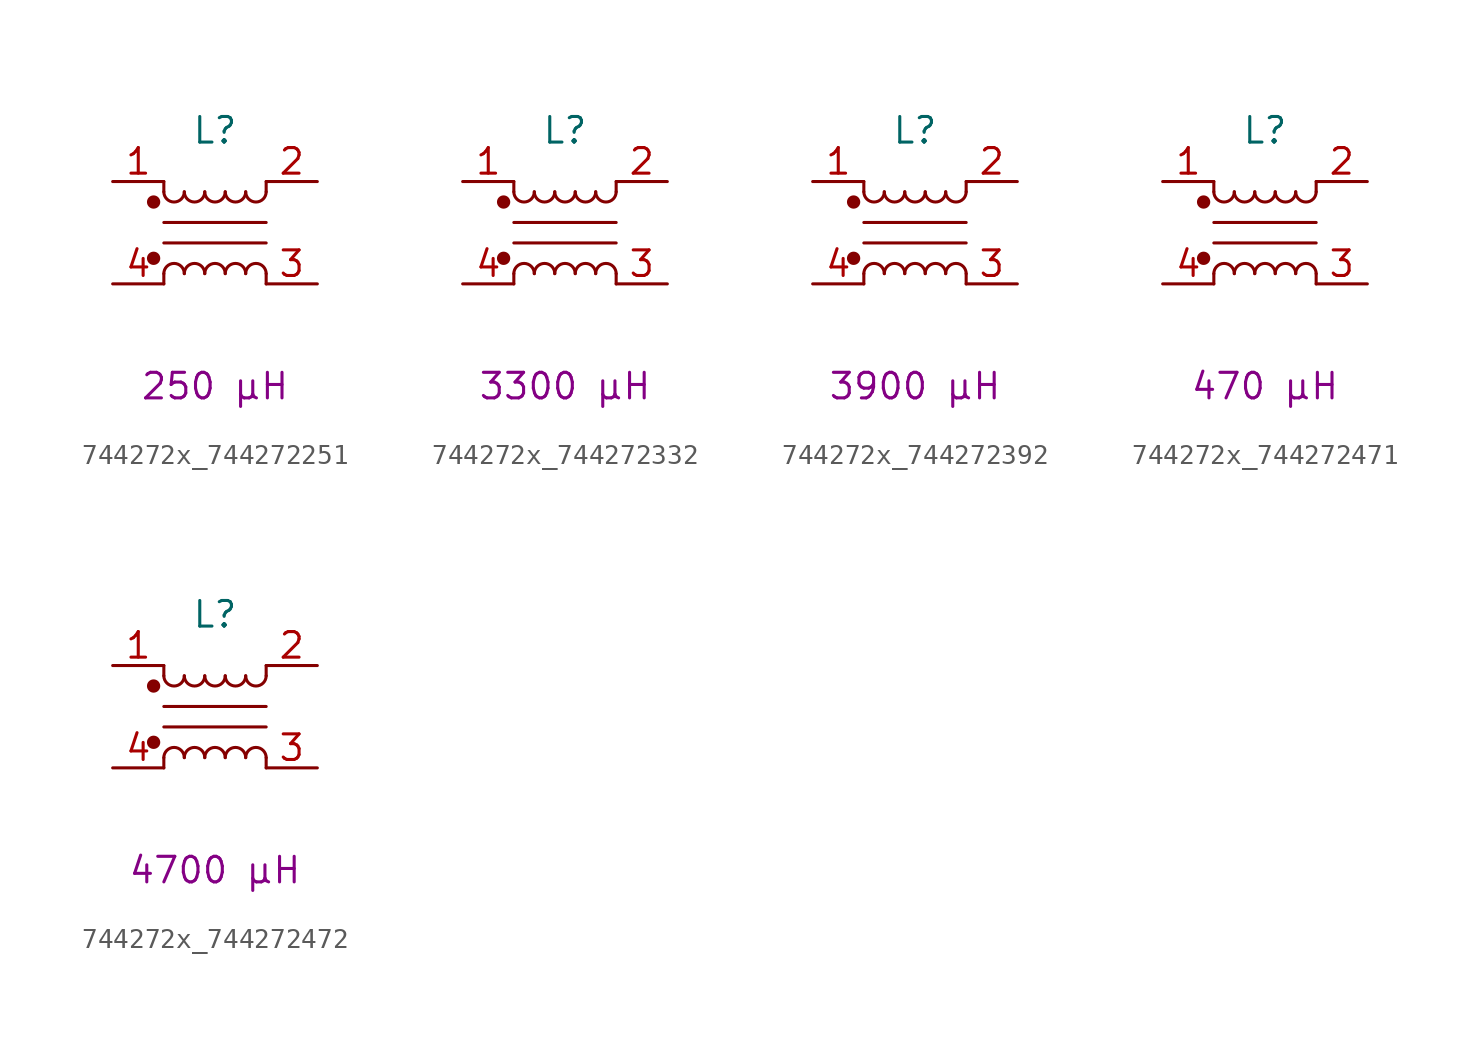
<source format=kicad_sym>
(kicad_symbol_lib
  (version 20220914)
  (generator kicad_symbol_editor)
  (symbol "744272x_744272251"
    (pin_names hide)
    (property "Reference" "L"
      (at 0 5.08 0)
      (effects (font (size 1.27 1.27))))
    (property "Critical Parameter" "250 µH"
      (at 0 -7.62 0)
      (effects (font (size 1.27 1.27))))
    (symbol "744272x_744272251_0_1"
      (circle (center -3.048 -1.27) (radius 0.254) (stroke (width 0) (type default)) (fill (type outline)))
      (circle (center -3.048 1.524) (radius 0.254) (stroke (width 0) (type default)) (fill (type outline)))
      (arc (start -2.54 2.032) (mid -2.032 1.5262) (end -1.524 2.032) (stroke (width 0) (type default)) (fill (type none)))
      (arc (start -1.524 -2.032) (mid -2.032 -1.5262) (end -2.54 -2.032) (stroke (width 0) (type default)) (fill (type none)))
      (arc (start -1.524 2.032) (mid -1.016 1.5262) (end -0.508 2.032) (stroke (width 0) (type default)) (fill (type none)))
      (arc (start -0.508 -2.032) (mid -1.016 -1.5262) (end -1.524 -2.032) (stroke (width 0) (type default)) (fill (type none)))
      (arc (start -0.508 2.032) (mid 0 1.5262) (end 0.508 2.032) (stroke (width 0) (type default)) (fill (type none)))
      (polyline (pts (xy -2.54 -2.032) (xy -2.54 -2.54)) (stroke (width 0) (type default)) (fill (type none)))
      (polyline (pts (xy -2.54 0.508) (xy 2.54 0.508)) (stroke (width 0) (type default)) (fill (type none)))
      (polyline (pts (xy -2.54 2.032) (xy -2.54 2.54)) (stroke (width 0) (type default)) (fill (type none)))
      (polyline (pts (xy 2.54 -2.032) (xy 2.54 -2.54)) (stroke (width 0) (type default)) (fill (type none)))
      (polyline (pts (xy 2.54 -0.508) (xy -2.54 -0.508)) (stroke (width 0) (type default)) (fill (type none)))
      (polyline (pts (xy 2.54 2.54) (xy 2.54 2.032)) (stroke (width 0) (type default)) (fill (type none)))
      (arc (start 0.508 -2.032) (mid 0 -1.5262) (end -0.508 -2.032) (stroke (width 0) (type default)) (fill (type none)))
      (arc (start 0.508 2.032) (mid 1.016 1.5262) (end 1.524 2.032) (stroke (width 0) (type default)) (fill (type none)))
      (arc (start 1.524 -2.032) (mid 1.016 -1.5262) (end 0.508 -2.032) (stroke (width 0) (type default)) (fill (type none)))
      (arc (start 1.524 2.032) (mid 2.032 1.5262) (end 2.54 2.032) (stroke (width 0) (type default)) (fill (type none)))
      (arc (start 2.54 -2.032) (mid 2.032 -1.5262) (end 1.524 -2.032) (stroke (width 0) (type default)) (fill (type none))))
    (symbol "744272x_744272251_1_1"
      (pin passive line (at -5.08 2.54 0) (length 2.54) (name "1" (effects (font (size 1.27 1.27)))) (number "1" (effects (font (size 1.27 1.27)))))
      (pin passive line (at 5.08 2.54 180) (length 2.54) (name "2" (effects (font (size 1.27 1.27)))) (number "2" (effects (font (size 1.27 1.27)))))
      (pin passive line (at 5.08 -2.54 180) (length 2.54) (name "3" (effects (font (size 1.27 1.27)))) (number "3" (effects (font (size 1.27 1.27)))))
      (pin passive line (at -5.08 -2.54 0) (length 2.54) (name "4" (effects (font (size 1.27 1.27)))) (number "4" (effects (font (size 1.27 1.27)))))))
  (symbol "744272x_744272332"
    (pin_names hide)
    (property "Reference" "L"
      (at 0 5.08 0)
      (effects (font (size 1.27 1.27))))
    (property "Critical Parameter" "3300 µH"
      (at 0 -7.62 0)
      (effects (font (size 1.27 1.27))))
    (symbol "744272x_744272332_0_1"
      (circle (center -3.048 -1.27) (radius 0.254) (stroke (width 0) (type default)) (fill (type outline)))
      (circle (center -3.048 1.524) (radius 0.254) (stroke (width 0) (type default)) (fill (type outline)))
      (arc (start -2.54 2.032) (mid -2.032 1.5262) (end -1.524 2.032) (stroke (width 0) (type default)) (fill (type none)))
      (arc (start -1.524 -2.032) (mid -2.032 -1.5262) (end -2.54 -2.032) (stroke (width 0) (type default)) (fill (type none)))
      (arc (start -1.524 2.032) (mid -1.016 1.5262) (end -0.508 2.032) (stroke (width 0) (type default)) (fill (type none)))
      (arc (start -0.508 -2.032) (mid -1.016 -1.5262) (end -1.524 -2.032) (stroke (width 0) (type default)) (fill (type none)))
      (arc (start -0.508 2.032) (mid 0 1.5262) (end 0.508 2.032) (stroke (width 0) (type default)) (fill (type none)))
      (polyline (pts (xy -2.54 -2.032) (xy -2.54 -2.54)) (stroke (width 0) (type default)) (fill (type none)))
      (polyline (pts (xy -2.54 0.508) (xy 2.54 0.508)) (stroke (width 0) (type default)) (fill (type none)))
      (polyline (pts (xy -2.54 2.032) (xy -2.54 2.54)) (stroke (width 0) (type default)) (fill (type none)))
      (polyline (pts (xy 2.54 -2.032) (xy 2.54 -2.54)) (stroke (width 0) (type default)) (fill (type none)))
      (polyline (pts (xy 2.54 -0.508) (xy -2.54 -0.508)) (stroke (width 0) (type default)) (fill (type none)))
      (polyline (pts (xy 2.54 2.54) (xy 2.54 2.032)) (stroke (width 0) (type default)) (fill (type none)))
      (arc (start 0.508 -2.032) (mid 0 -1.5262) (end -0.508 -2.032) (stroke (width 0) (type default)) (fill (type none)))
      (arc (start 0.508 2.032) (mid 1.016 1.5262) (end 1.524 2.032) (stroke (width 0) (type default)) (fill (type none)))
      (arc (start 1.524 -2.032) (mid 1.016 -1.5262) (end 0.508 -2.032) (stroke (width 0) (type default)) (fill (type none)))
      (arc (start 1.524 2.032) (mid 2.032 1.5262) (end 2.54 2.032) (stroke (width 0) (type default)) (fill (type none)))
      (arc (start 2.54 -2.032) (mid 2.032 -1.5262) (end 1.524 -2.032) (stroke (width 0) (type default)) (fill (type none))))
    (symbol "744272x_744272332_1_1"
      (pin passive line (at -5.08 2.54 0) (length 2.54) (name "1" (effects (font (size 1.27 1.27)))) (number "1" (effects (font (size 1.27 1.27)))))
      (pin passive line (at 5.08 2.54 180) (length 2.54) (name "2" (effects (font (size 1.27 1.27)))) (number "2" (effects (font (size 1.27 1.27)))))
      (pin passive line (at 5.08 -2.54 180) (length 2.54) (name "3" (effects (font (size 1.27 1.27)))) (number "3" (effects (font (size 1.27 1.27)))))
      (pin passive line (at -5.08 -2.54 0) (length 2.54) (name "4" (effects (font (size 1.27 1.27)))) (number "4" (effects (font (size 1.27 1.27)))))))
  (symbol "744272x_744272392"
    (pin_names hide)
    (property "Reference" "L"
      (at 0 5.08 0)
      (effects (font (size 1.27 1.27))))
    (property "Critical Parameter" "3900 µH"
      (at 0 -7.62 0)
      (effects (font (size 1.27 1.27))))
    (symbol "744272x_744272392_0_1"
      (circle (center -3.048 -1.27) (radius 0.254) (stroke (width 0) (type default)) (fill (type outline)))
      (circle (center -3.048 1.524) (radius 0.254) (stroke (width 0) (type default)) (fill (type outline)))
      (arc (start -2.54 2.032) (mid -2.032 1.5262) (end -1.524 2.032) (stroke (width 0) (type default)) (fill (type none)))
      (arc (start -1.524 -2.032) (mid -2.032 -1.5262) (end -2.54 -2.032) (stroke (width 0) (type default)) (fill (type none)))
      (arc (start -1.524 2.032) (mid -1.016 1.5262) (end -0.508 2.032) (stroke (width 0) (type default)) (fill (type none)))
      (arc (start -0.508 -2.032) (mid -1.016 -1.5262) (end -1.524 -2.032) (stroke (width 0) (type default)) (fill (type none)))
      (arc (start -0.508 2.032) (mid 0 1.5262) (end 0.508 2.032) (stroke (width 0) (type default)) (fill (type none)))
      (polyline (pts (xy -2.54 -2.032) (xy -2.54 -2.54)) (stroke (width 0) (type default)) (fill (type none)))
      (polyline (pts (xy -2.54 0.508) (xy 2.54 0.508)) (stroke (width 0) (type default)) (fill (type none)))
      (polyline (pts (xy -2.54 2.032) (xy -2.54 2.54)) (stroke (width 0) (type default)) (fill (type none)))
      (polyline (pts (xy 2.54 -2.032) (xy 2.54 -2.54)) (stroke (width 0) (type default)) (fill (type none)))
      (polyline (pts (xy 2.54 -0.508) (xy -2.54 -0.508)) (stroke (width 0) (type default)) (fill (type none)))
      (polyline (pts (xy 2.54 2.54) (xy 2.54 2.032)) (stroke (width 0) (type default)) (fill (type none)))
      (arc (start 0.508 -2.032) (mid 0 -1.5262) (end -0.508 -2.032) (stroke (width 0) (type default)) (fill (type none)))
      (arc (start 0.508 2.032) (mid 1.016 1.5262) (end 1.524 2.032) (stroke (width 0) (type default)) (fill (type none)))
      (arc (start 1.524 -2.032) (mid 1.016 -1.5262) (end 0.508 -2.032) (stroke (width 0) (type default)) (fill (type none)))
      (arc (start 1.524 2.032) (mid 2.032 1.5262) (end 2.54 2.032) (stroke (width 0) (type default)) (fill (type none)))
      (arc (start 2.54 -2.032) (mid 2.032 -1.5262) (end 1.524 -2.032) (stroke (width 0) (type default)) (fill (type none))))
    (symbol "744272x_744272392_1_1"
      (pin passive line (at -5.08 2.54 0) (length 2.54) (name "1" (effects (font (size 1.27 1.27)))) (number "1" (effects (font (size 1.27 1.27)))))
      (pin passive line (at 5.08 2.54 180) (length 2.54) (name "2" (effects (font (size 1.27 1.27)))) (number "2" (effects (font (size 1.27 1.27)))))
      (pin passive line (at 5.08 -2.54 180) (length 2.54) (name "3" (effects (font (size 1.27 1.27)))) (number "3" (effects (font (size 1.27 1.27)))))
      (pin passive line (at -5.08 -2.54 0) (length 2.54) (name "4" (effects (font (size 1.27 1.27)))) (number "4" (effects (font (size 1.27 1.27)))))))
  (symbol "744272x_744272471"
    (pin_names hide)
    (property "Reference" "L"
      (at 0 5.08 0)
      (effects (font (size 1.27 1.27))))
    (property "Critical Parameter" "470 µH"
      (at 0 -7.62 0)
      (effects (font (size 1.27 1.27))))
    (symbol "744272x_744272471_0_1"
      (circle (center -3.048 -1.27) (radius 0.254) (stroke (width 0) (type default)) (fill (type outline)))
      (circle (center -3.048 1.524) (radius 0.254) (stroke (width 0) (type default)) (fill (type outline)))
      (arc (start -2.54 2.032) (mid -2.032 1.5262) (end -1.524 2.032) (stroke (width 0) (type default)) (fill (type none)))
      (arc (start -1.524 -2.032) (mid -2.032 -1.5262) (end -2.54 -2.032) (stroke (width 0) (type default)) (fill (type none)))
      (arc (start -1.524 2.032) (mid -1.016 1.5262) (end -0.508 2.032) (stroke (width 0) (type default)) (fill (type none)))
      (arc (start -0.508 -2.032) (mid -1.016 -1.5262) (end -1.524 -2.032) (stroke (width 0) (type default)) (fill (type none)))
      (arc (start -0.508 2.032) (mid 0 1.5262) (end 0.508 2.032) (stroke (width 0) (type default)) (fill (type none)))
      (polyline (pts (xy -2.54 -2.032) (xy -2.54 -2.54)) (stroke (width 0) (type default)) (fill (type none)))
      (polyline (pts (xy -2.54 0.508) (xy 2.54 0.508)) (stroke (width 0) (type default)) (fill (type none)))
      (polyline (pts (xy -2.54 2.032) (xy -2.54 2.54)) (stroke (width 0) (type default)) (fill (type none)))
      (polyline (pts (xy 2.54 -2.032) (xy 2.54 -2.54)) (stroke (width 0) (type default)) (fill (type none)))
      (polyline (pts (xy 2.54 -0.508) (xy -2.54 -0.508)) (stroke (width 0) (type default)) (fill (type none)))
      (polyline (pts (xy 2.54 2.54) (xy 2.54 2.032)) (stroke (width 0) (type default)) (fill (type none)))
      (arc (start 0.508 -2.032) (mid 0 -1.5262) (end -0.508 -2.032) (stroke (width 0) (type default)) (fill (type none)))
      (arc (start 0.508 2.032) (mid 1.016 1.5262) (end 1.524 2.032) (stroke (width 0) (type default)) (fill (type none)))
      (arc (start 1.524 -2.032) (mid 1.016 -1.5262) (end 0.508 -2.032) (stroke (width 0) (type default)) (fill (type none)))
      (arc (start 1.524 2.032) (mid 2.032 1.5262) (end 2.54 2.032) (stroke (width 0) (type default)) (fill (type none)))
      (arc (start 2.54 -2.032) (mid 2.032 -1.5262) (end 1.524 -2.032) (stroke (width 0) (type default)) (fill (type none))))
    (symbol "744272x_744272471_1_1"
      (pin passive line (at -5.08 2.54 0) (length 2.54) (name "1" (effects (font (size 1.27 1.27)))) (number "1" (effects (font (size 1.27 1.27)))))
      (pin passive line (at 5.08 2.54 180) (length 2.54) (name "2" (effects (font (size 1.27 1.27)))) (number "2" (effects (font (size 1.27 1.27)))))
      (pin passive line (at 5.08 -2.54 180) (length 2.54) (name "3" (effects (font (size 1.27 1.27)))) (number "3" (effects (font (size 1.27 1.27)))))
      (pin passive line (at -5.08 -2.54 0) (length 2.54) (name "4" (effects (font (size 1.27 1.27)))) (number "4" (effects (font (size 1.27 1.27)))))))
  (symbol "744272x_744272472"
    (pin_names hide)
    (property "Reference" "L"
      (at 0 5.08 0)
      (effects (font (size 1.27 1.27))))
    (property "Critical Parameter" "4700 µH"
      (at 0 -7.62 0)
      (effects (font (size 1.27 1.27))))
    (symbol "744272x_744272472_0_1"
      (circle (center -3.048 -1.27) (radius 0.254) (stroke (width 0) (type default)) (fill (type outline)))
      (circle (center -3.048 1.524) (radius 0.254) (stroke (width 0) (type default)) (fill (type outline)))
      (arc (start -2.54 2.032) (mid -2.032 1.5262) (end -1.524 2.032) (stroke (width 0) (type default)) (fill (type none)))
      (arc (start -1.524 -2.032) (mid -2.032 -1.5262) (end -2.54 -2.032) (stroke (width 0) (type default)) (fill (type none)))
      (arc (start -1.524 2.032) (mid -1.016 1.5262) (end -0.508 2.032) (stroke (width 0) (type default)) (fill (type none)))
      (arc (start -0.508 -2.032) (mid -1.016 -1.5262) (end -1.524 -2.032) (stroke (width 0) (type default)) (fill (type none)))
      (arc (start -0.508 2.032) (mid 0 1.5262) (end 0.508 2.032) (stroke (width 0) (type default)) (fill (type none)))
      (polyline (pts (xy -2.54 -2.032) (xy -2.54 -2.54)) (stroke (width 0) (type default)) (fill (type none)))
      (polyline (pts (xy -2.54 0.508) (xy 2.54 0.508)) (stroke (width 0) (type default)) (fill (type none)))
      (polyline (pts (xy -2.54 2.032) (xy -2.54 2.54)) (stroke (width 0) (type default)) (fill (type none)))
      (polyline (pts (xy 2.54 -2.032) (xy 2.54 -2.54)) (stroke (width 0) (type default)) (fill (type none)))
      (polyline (pts (xy 2.54 -0.508) (xy -2.54 -0.508)) (stroke (width 0) (type default)) (fill (type none)))
      (polyline (pts (xy 2.54 2.54) (xy 2.54 2.032)) (stroke (width 0) (type default)) (fill (type none)))
      (arc (start 0.508 -2.032) (mid 0 -1.5262) (end -0.508 -2.032) (stroke (width 0) (type default)) (fill (type none)))
      (arc (start 0.508 2.032) (mid 1.016 1.5262) (end 1.524 2.032) (stroke (width 0) (type default)) (fill (type none)))
      (arc (start 1.524 -2.032) (mid 1.016 -1.5262) (end 0.508 -2.032) (stroke (width 0) (type default)) (fill (type none)))
      (arc (start 1.524 2.032) (mid 2.032 1.5262) (end 2.54 2.032) (stroke (width 0) (type default)) (fill (type none)))
      (arc (start 2.54 -2.032) (mid 2.032 -1.5262) (end 1.524 -2.032) (stroke (width 0) (type default)) (fill (type none))))
    (symbol "744272x_744272472_1_1"
      (pin passive line (at -5.08 2.54 0) (length 2.54) (name "1" (effects (font (size 1.27 1.27)))) (number "1" (effects (font (size 1.27 1.27)))))
      (pin passive line (at 5.08 2.54 180) (length 2.54) (name "2" (effects (font (size 1.27 1.27)))) (number "2" (effects (font (size 1.27 1.27)))))
      (pin passive line (at 5.08 -2.54 180) (length 2.54) (name "3" (effects (font (size 1.27 1.27)))) (number "3" (effects (font (size 1.27 1.27)))))
      (pin passive line (at -5.08 -2.54 0) (length 2.54) (name "4" (effects (font (size 1.27 1.27)))) (number "4" (effects (font (size 1.27 1.27))))))))
</source>
